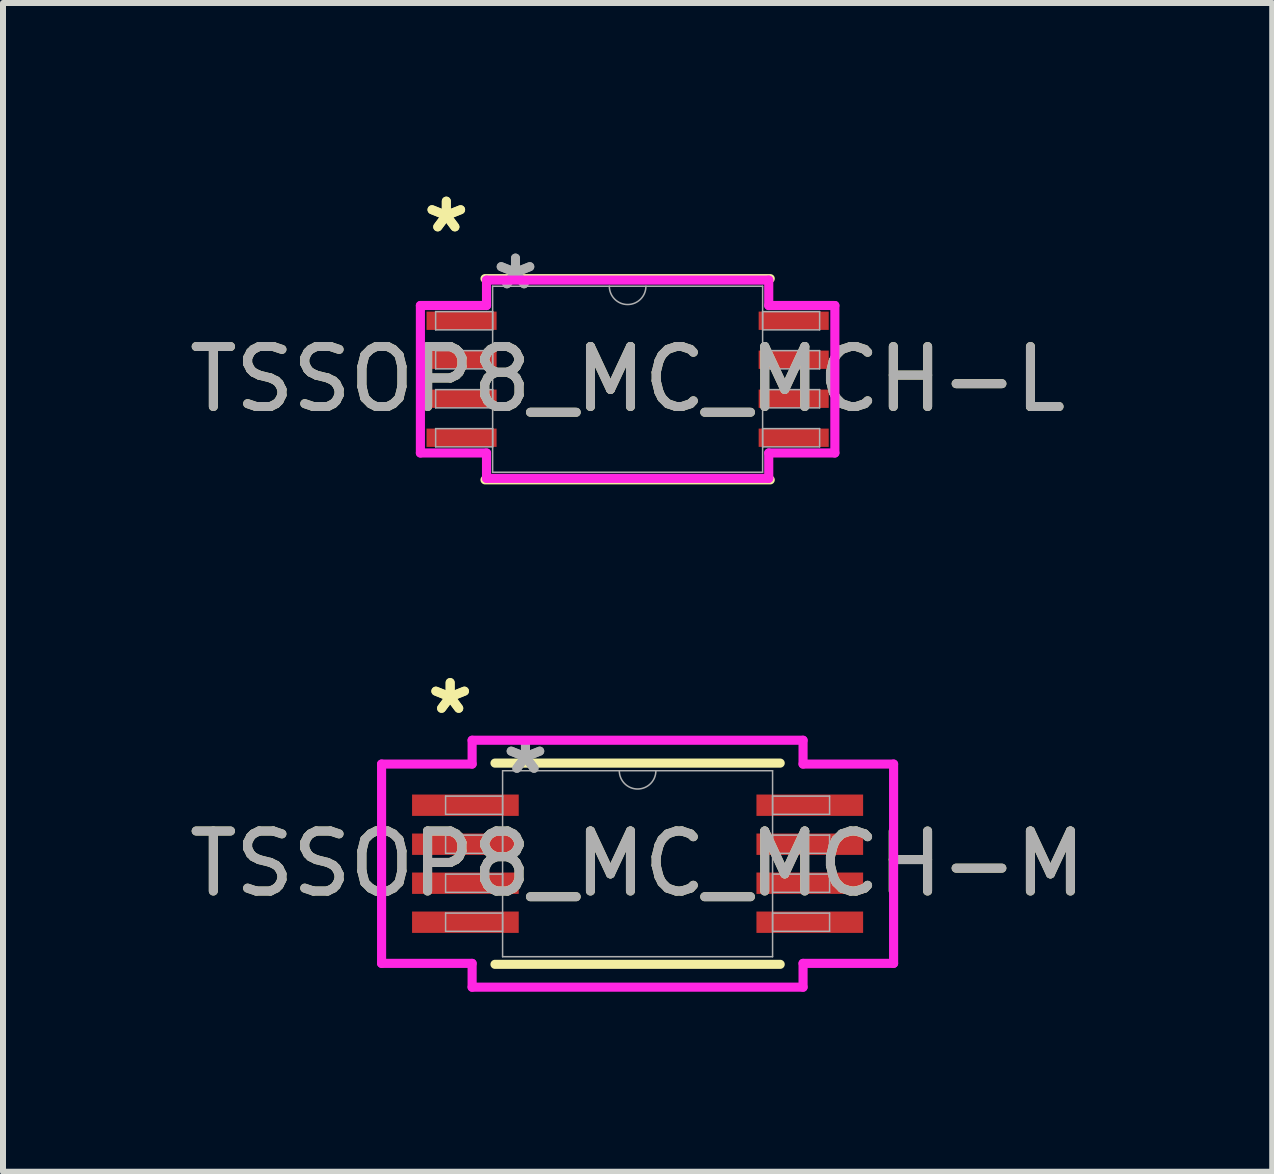
<source format=kicad_pcb>
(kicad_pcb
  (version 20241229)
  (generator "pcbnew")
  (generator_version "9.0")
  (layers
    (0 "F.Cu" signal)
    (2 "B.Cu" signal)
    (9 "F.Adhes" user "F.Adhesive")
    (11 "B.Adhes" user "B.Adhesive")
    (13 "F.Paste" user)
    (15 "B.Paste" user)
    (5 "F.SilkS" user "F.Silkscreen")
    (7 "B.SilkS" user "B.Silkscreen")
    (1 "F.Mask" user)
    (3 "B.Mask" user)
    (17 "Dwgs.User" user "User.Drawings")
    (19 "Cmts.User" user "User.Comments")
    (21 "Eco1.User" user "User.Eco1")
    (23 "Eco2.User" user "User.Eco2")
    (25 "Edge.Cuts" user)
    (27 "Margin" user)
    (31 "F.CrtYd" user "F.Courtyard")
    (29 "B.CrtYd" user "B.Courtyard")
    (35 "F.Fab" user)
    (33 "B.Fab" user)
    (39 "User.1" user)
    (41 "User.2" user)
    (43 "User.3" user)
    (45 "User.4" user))
  (footprint "TSSOP8_MC_MCH-M"
    (layer "F.Cu")
    (at 7.577 11.346)
    (property "Reference" "TSSOP8_MC_MCH-M" (at 0 0 0) (unlocked yes) (layer "F.SilkS") (effects (font (size 1 1) (thickness 0.15))))
    (attr smd)
    (fp_line (start -2.377 1.677) (end 2.377 1.677) (stroke (width 0.152) (type solid)) (layer "F.SilkS"))
    (fp_line (start 2.377 -1.677) (end -2.377 -1.677) (stroke (width 0.152) (type solid)) (layer "F.SilkS"))
    (fp_line (start -4.267 -1.661) (end -2.758 -1.661) (stroke (width 0.152) (type solid)) (layer "F.CrtYd"))
    (fp_line (start -4.267 1.661) (end -4.267 -1.661) (stroke (width 0.152) (type solid)) (layer "F.CrtYd"))
    (fp_line (start -4.267 1.661) (end -2.758 1.661) (stroke (width 0.152) (type solid)) (layer "F.CrtYd"))
    (fp_line (start -2.758 -2.058) (end 2.758 -2.058) (stroke (width 0.152) (type solid)) (layer "F.CrtYd"))
    (fp_line (start -2.758 -1.661) (end -2.758 -2.058) (stroke (width 0.152) (type solid)) (layer "F.CrtYd"))
    (fp_line (start -2.758 2.058) (end -2.758 1.661) (stroke (width 0.152) (type solid)) (layer "F.CrtYd"))
    (fp_line (start 2.758 -2.058) (end 2.758 -1.661) (stroke (width 0.152) (type solid)) (layer "F.CrtYd"))
    (fp_line (start 2.758 1.661) (end 2.758 2.058) (stroke (width 0.152) (type solid)) (layer "F.CrtYd"))
    (fp_line (start 2.758 2.058) (end -2.758 2.058) (stroke (width 0.152) (type solid)) (layer "F.CrtYd"))
    (fp_line (start 4.267 -1.661) (end 2.758 -1.661) (stroke (width 0.152) (type solid)) (layer "F.CrtYd"))
    (fp_line (start 4.267 -1.661) (end 4.267 1.661) (stroke (width 0.152) (type solid)) (layer "F.CrtYd"))
    (fp_line (start 4.267 1.661) (end 2.758 1.661) (stroke (width 0.152) (type solid)) (layer "F.CrtYd"))
    (fp_line (start -3.2 -1.127) (end -3.2 -0.823) (stroke (width 0.025) (type solid)) (layer "F.Fab"))
    (fp_line (start -3.2 -0.823) (end -2.25 -0.823) (stroke (width 0.025) (type solid)) (layer "F.Fab"))
    (fp_line (start -3.2 -0.477) (end -3.2 -0.173) (stroke (width 0.025) (type solid)) (layer "F.Fab"))
    (fp_line (start -3.2 -0.173) (end -2.25 -0.173) (stroke (width 0.025) (type solid)) (layer "F.Fab"))
    (fp_line (start -3.2 0.173) (end -3.2 0.477) (stroke (width 0.025) (type solid)) (layer "F.Fab"))
    (fp_line (start -3.2 0.477) (end -2.25 0.477) (stroke (width 0.025) (type solid)) (layer "F.Fab"))
    (fp_line (start -3.2 0.823) (end -3.2 1.127) (stroke (width 0.025) (type solid)) (layer "F.Fab"))
    (fp_line (start -3.2 1.127) (end -2.25 1.127) (stroke (width 0.025) (type solid)) (layer "F.Fab"))
    (fp_line (start -2.25 -1.55) (end -2.25 1.55) (stroke (width 0.025) (type solid)) (layer "F.Fab"))
    (fp_line (start -2.25 -1.127) (end -3.2 -1.127) (stroke (width 0.025) (type solid)) (layer "F.Fab"))
    (fp_line (start -2.25 -0.823) (end -2.25 -1.127) (stroke (width 0.025) (type solid)) (layer "F.Fab"))
    (fp_line (start -2.25 -0.477) (end -3.2 -0.477) (stroke (width 0.025) (type solid)) (layer "F.Fab"))
    (fp_line (start -2.25 -0.173) (end -2.25 -0.477) (stroke (width 0.025) (type solid)) (layer "F.Fab"))
    (fp_line (start -2.25 0.173) (end -3.2 0.173) (stroke (width 0.025) (type solid)) (layer "F.Fab"))
    (fp_line (start -2.25 0.477) (end -2.25 0.173) (stroke (width 0.025) (type solid)) (layer "F.Fab"))
    (fp_line (start -2.25 0.823) (end -3.2 0.823) (stroke (width 0.025) (type solid)) (layer "F.Fab"))
    (fp_line (start -2.25 1.127) (end -2.25 0.823) (stroke (width 0.025) (type solid)) (layer "F.Fab"))
    (fp_line (start -2.25 1.55) (end 2.25 1.55) (stroke (width 0.025) (type solid)) (layer "F.Fab"))
    (fp_line (start 2.25 -1.55) (end -2.25 -1.55) (stroke (width 0.025) (type solid)) (layer "F.Fab"))
    (fp_line (start 2.25 -1.127) (end 2.25 -0.823) (stroke (width 0.025) (type solid)) (layer "F.Fab"))
    (fp_line (start 2.25 -0.823) (end 3.2 -0.823) (stroke (width 0.025) (type solid)) (layer "F.Fab"))
    (fp_line (start 2.25 -0.477) (end 2.25 -0.173) (stroke (width 0.025) (type solid)) (layer "F.Fab"))
    (fp_line (start 2.25 -0.173) (end 3.2 -0.173) (stroke (width 0.025) (type solid)) (layer "F.Fab"))
    (fp_line (start 2.25 0.173) (end 2.25 0.477) (stroke (width 0.025) (type solid)) (layer "F.Fab"))
    (fp_line (start 2.25 0.477) (end 3.2 0.477) (stroke (width 0.025) (type solid)) (layer "F.Fab"))
    (fp_line (start 2.25 0.823) (end 2.25 1.127) (stroke (width 0.025) (type solid)) (layer "F.Fab"))
    (fp_line (start 2.25 1.127) (end 3.2 1.127) (stroke (width 0.025) (type solid)) (layer "F.Fab"))
    (fp_line (start 2.25 1.55) (end 2.25 -1.55) (stroke (width 0.025) (type solid)) (layer "F.Fab"))
    (fp_line (start 3.2 -1.127) (end 2.25 -1.127) (stroke (width 0.025) (type solid)) (layer "F.Fab"))
    (fp_line (start 3.2 -0.823) (end 3.2 -1.127) (stroke (width 0.025) (type solid)) (layer "F.Fab"))
    (fp_line (start 3.2 -0.477) (end 2.25 -0.477) (stroke (width 0.025) (type solid)) (layer "F.Fab"))
    (fp_line (start 3.2 -0.173) (end 3.2 -0.477) (stroke (width 0.025) (type solid)) (layer "F.Fab"))
    (fp_line (start 3.2 0.173) (end 2.25 0.173) (stroke (width 0.025) (type solid)) (layer "F.Fab"))
    (fp_line (start 3.2 0.477) (end 3.2 0.173) (stroke (width 0.025) (type solid)) (layer "F.Fab"))
    (fp_line (start 3.2 0.823) (end 2.25 0.823) (stroke (width 0.025) (type solid)) (layer "F.Fab"))
    (fp_line (start 3.2 1.127) (end 3.2 0.823) (stroke (width 0.025) (type solid)) (layer "F.Fab"))
    (fp_arc (start 0.3048 -1.549999) (mid 0 -1.245199) (end -0.3048 -1.549999) (stroke (width 0.0254) (type solid)) (layer "F.Fab"))
    (fp_text user "*" (at -3.124 -2.474 0) (unlocked yes) (layer "F.SilkS") (effects (font (size 1 1) (thickness 0.15))))
    (fp_text user "*" (at -3.124 -2.474 0) (layer "F.SilkS") (effects (font (size 1 1) (thickness 0.15))))
    (fp_text user "*" (at -1.869 -1.474 0) (layer "F.Fab") (effects (font (size 1 1) (thickness 0.15))))
    (fp_text user "*" (at -1.869 -1.474 0) (unlocked yes) (layer "F.Fab") (effects (font (size 1 1) (thickness 0.15))))
    (fp_text user "${REFERENCE}" (at 0 0 0) (unlocked yes) (layer "F.Fab") (effects (font (size 1 1) (thickness 0.15))))
    (pad "1" smd rect (at -2.87 -0.975) (size 1.778 0.356) (layers "F.Cu" "F.Mask" "F.Paste"))
    (pad "2" smd rect (at -2.87 -0.325) (size 1.778 0.356) (layers "F.Cu" "F.Mask" "F.Paste"))
    (pad "3" smd rect (at -2.87 0.325) (size 1.778 0.356) (layers "F.Cu" "F.Mask" "F.Paste"))
    (pad "4" smd rect (at -2.87 0.975) (size 1.778 0.356) (layers "F.Cu" "F.Mask" "F.Paste"))
    (pad "5" smd rect (at 2.87 0.975) (size 1.778 0.356) (layers "F.Cu" "F.Mask" "F.Paste"))
    (pad "6" smd rect (at 2.87 0.325) (size 1.778 0.356) (layers "F.Cu" "F.Mask" "F.Paste"))
    (pad "7" smd rect (at 2.87 -0.325) (size 1.778 0.356) (layers "F.Cu" "F.Mask" "F.Paste"))
    (pad "8" smd rect (at 2.87 -0.975) (size 1.778 0.356) (layers "F.Cu" "F.Mask" "F.Paste")))
  (footprint "TSSOP8_MC_MCH-L"
    (layer "F.Cu")
    (at 7.411 3.271)
    (property "Reference" "TSSOP8_MC_MCH-L" (at 0 0 0) (unlocked yes) (layer "F.SilkS") (effects (font (size 1 1) (thickness 0.15))))
    (attr smd)
    (fp_line (start -2.377 1.677) (end 2.377 1.677) (stroke (width 0.152) (type solid)) (layer "F.SilkS"))
    (fp_line (start 2.377 -1.677) (end -2.377 -1.677) (stroke (width 0.152) (type solid)) (layer "F.SilkS"))
    (fp_line (start -3.454 -1.229) (end -2.352 -1.229) (stroke (width 0.152) (type solid)) (layer "F.CrtYd"))
    (fp_line (start -3.454 1.229) (end -3.454 -1.229) (stroke (width 0.152) (type solid)) (layer "F.CrtYd"))
    (fp_line (start -3.454 1.229) (end -2.352 1.229) (stroke (width 0.152) (type solid)) (layer "F.CrtYd"))
    (fp_line (start -2.352 -1.652) (end 2.352 -1.652) (stroke (width 0.152) (type solid)) (layer "F.CrtYd"))
    (fp_line (start -2.352 -1.229) (end -2.352 -1.652) (stroke (width 0.152) (type solid)) (layer "F.CrtYd"))
    (fp_line (start -2.352 1.652) (end -2.352 1.229) (stroke (width 0.152) (type solid)) (layer "F.CrtYd"))
    (fp_line (start 2.352 -1.652) (end 2.352 -1.229) (stroke (width 0.152) (type solid)) (layer "F.CrtYd"))
    (fp_line (start 2.352 1.229) (end 2.352 1.652) (stroke (width 0.152) (type solid)) (layer "F.CrtYd"))
    (fp_line (start 2.352 1.652) (end -2.352 1.652) (stroke (width 0.152) (type solid)) (layer "F.CrtYd"))
    (fp_line (start 3.454 -1.229) (end 2.352 -1.229) (stroke (width 0.152) (type solid)) (layer "F.CrtYd"))
    (fp_line (start 3.454 -1.229) (end 3.454 1.229) (stroke (width 0.152) (type solid)) (layer "F.CrtYd"))
    (fp_line (start 3.454 1.229) (end 2.352 1.229) (stroke (width 0.152) (type solid)) (layer "F.CrtYd"))
    (fp_line (start -3.2 -1.127) (end -3.2 -0.823) (stroke (width 0.025) (type solid)) (layer "F.Fab"))
    (fp_line (start -3.2 -0.823) (end -2.25 -0.823) (stroke (width 0.025) (type solid)) (layer "F.Fab"))
    (fp_line (start -3.2 -0.477) (end -3.2 -0.173) (stroke (width 0.025) (type solid)) (layer "F.Fab"))
    (fp_line (start -3.2 -0.173) (end -2.25 -0.173) (stroke (width 0.025) (type solid)) (layer "F.Fab"))
    (fp_line (start -3.2 0.173) (end -3.2 0.477) (stroke (width 0.025) (type solid)) (layer "F.Fab"))
    (fp_line (start -3.2 0.477) (end -2.25 0.477) (stroke (width 0.025) (type solid)) (layer "F.Fab"))
    (fp_line (start -3.2 0.823) (end -3.2 1.127) (stroke (width 0.025) (type solid)) (layer "F.Fab"))
    (fp_line (start -3.2 1.127) (end -2.25 1.127) (stroke (width 0.025) (type solid)) (layer "F.Fab"))
    (fp_line (start -2.25 -1.55) (end -2.25 1.55) (stroke (width 0.025) (type solid)) (layer "F.Fab"))
    (fp_line (start -2.25 -1.127) (end -3.2 -1.127) (stroke (width 0.025) (type solid)) (layer "F.Fab"))
    (fp_line (start -2.25 -0.823) (end -2.25 -1.127) (stroke (width 0.025) (type solid)) (layer "F.Fab"))
    (fp_line (start -2.25 -0.477) (end -3.2 -0.477) (stroke (width 0.025) (type solid)) (layer "F.Fab"))
    (fp_line (start -2.25 -0.173) (end -2.25 -0.477) (stroke (width 0.025) (type solid)) (layer "F.Fab"))
    (fp_line (start -2.25 0.173) (end -3.2 0.173) (stroke (width 0.025) (type solid)) (layer "F.Fab"))
    (fp_line (start -2.25 0.477) (end -2.25 0.173) (stroke (width 0.025) (type solid)) (layer "F.Fab"))
    (fp_line (start -2.25 0.823) (end -3.2 0.823) (stroke (width 0.025) (type solid)) (layer "F.Fab"))
    (fp_line (start -2.25 1.127) (end -2.25 0.823) (stroke (width 0.025) (type solid)) (layer "F.Fab"))
    (fp_line (start -2.25 1.55) (end 2.25 1.55) (stroke (width 0.025) (type solid)) (layer "F.Fab"))
    (fp_line (start 2.25 -1.55) (end -2.25 -1.55) (stroke (width 0.025) (type solid)) (layer "F.Fab"))
    (fp_line (start 2.25 -1.127) (end 2.25 -0.823) (stroke (width 0.025) (type solid)) (layer "F.Fab"))
    (fp_line (start 2.25 -0.823) (end 3.2 -0.823) (stroke (width 0.025) (type solid)) (layer "F.Fab"))
    (fp_line (start 2.25 -0.477) (end 2.25 -0.173) (stroke (width 0.025) (type solid)) (layer "F.Fab"))
    (fp_line (start 2.25 -0.173) (end 3.2 -0.173) (stroke (width 0.025) (type solid)) (layer "F.Fab"))
    (fp_line (start 2.25 0.173) (end 2.25 0.477) (stroke (width 0.025) (type solid)) (layer "F.Fab"))
    (fp_line (start 2.25 0.477) (end 3.2 0.477) (stroke (width 0.025) (type solid)) (layer "F.Fab"))
    (fp_line (start 2.25 0.823) (end 2.25 1.127) (stroke (width 0.025) (type solid)) (layer "F.Fab"))
    (fp_line (start 2.25 1.127) (end 3.2 1.127) (stroke (width 0.025) (type solid)) (layer "F.Fab"))
    (fp_line (start 2.25 1.55) (end 2.25 -1.55) (stroke (width 0.025) (type solid)) (layer "F.Fab"))
    (fp_line (start 3.2 -1.127) (end 2.25 -1.127) (stroke (width 0.025) (type solid)) (layer "F.Fab"))
    (fp_line (start 3.2 -0.823) (end 3.2 -1.127) (stroke (width 0.025) (type solid)) (layer "F.Fab"))
    (fp_line (start 3.2 -0.477) (end 2.25 -0.477) (stroke (width 0.025) (type solid)) (layer "F.Fab"))
    (fp_line (start 3.2 -0.173) (end 3.2 -0.477) (stroke (width 0.025) (type solid)) (layer "F.Fab"))
    (fp_line (start 3.2 0.173) (end 2.25 0.173) (stroke (width 0.025) (type solid)) (layer "F.Fab"))
    (fp_line (start 3.2 0.477) (end 3.2 0.173) (stroke (width 0.025) (type solid)) (layer "F.Fab"))
    (fp_line (start 3.2 0.823) (end 2.25 0.823) (stroke (width 0.025) (type solid)) (layer "F.Fab"))
    (fp_line (start 3.2 1.127) (end 3.2 0.823) (stroke (width 0.025) (type solid)) (layer "F.Fab"))
    (fp_arc (start 0.3048 -1.549999) (mid 0 -1.245199) (end -0.3048 -1.549999) (stroke (width 0.0254) (type solid)) (layer "F.Fab"))
    (fp_text user "*" (at -3.022 -2.423 0) (unlocked yes) (layer "F.SilkS") (effects (font (size 1 1) (thickness 0.15))))
    (fp_text user "*" (at -3.022 -2.423 0) (layer "F.SilkS") (effects (font (size 1 1) (thickness 0.15))))
    (fp_text user "*" (at -1.869 -1.474 0) (unlocked yes) (layer "F.Fab") (effects (font (size 1 1) (thickness 0.15))))
    (fp_text user "${REFERENCE}" (at 0 0 0) (unlocked yes) (layer "F.Fab") (effects (font (size 1 1) (thickness 0.15))))
    (fp_text user "*" (at -1.869 -1.474 0) (layer "F.Fab") (effects (font (size 1 1) (thickness 0.15))))
    (pad "1" smd rect (at -2.768 -0.975) (size 1.168 0.305) (layers "F.Cu" "F.Mask" "F.Paste"))
    (pad "2" smd rect (at -2.768 -0.325) (size 1.168 0.305) (layers "F.Cu" "F.Mask" "F.Paste"))
    (pad "3" smd rect (at -2.768 0.325) (size 1.168 0.305) (layers "F.Cu" "F.Mask" "F.Paste"))
    (pad "4" smd rect (at -2.768 0.975) (size 1.168 0.305) (layers "F.Cu" "F.Mask" "F.Paste"))
    (pad "5" smd rect (at 2.768 0.975) (size 1.168 0.305) (layers "F.Cu" "F.Mask" "F.Paste"))
    (pad "6" smd rect (at 2.768 0.325) (size 1.168 0.305) (layers "F.Cu" "F.Mask" "F.Paste"))
    (pad "7" smd rect (at 2.768 -0.325) (size 1.168 0.305) (layers "F.Cu" "F.Mask" "F.Paste"))
    (pad "8" smd rect (at 2.768 -0.975) (size 1.168 0.305) (layers "F.Cu" "F.Mask" "F.Paste")))
  (gr_rect
    (start -3 -3)
    (end 18.155 16.48)
    (stroke (width 0.1) (type default))
    (fill no)
    (layer "Edge.Cuts")))
</source>
